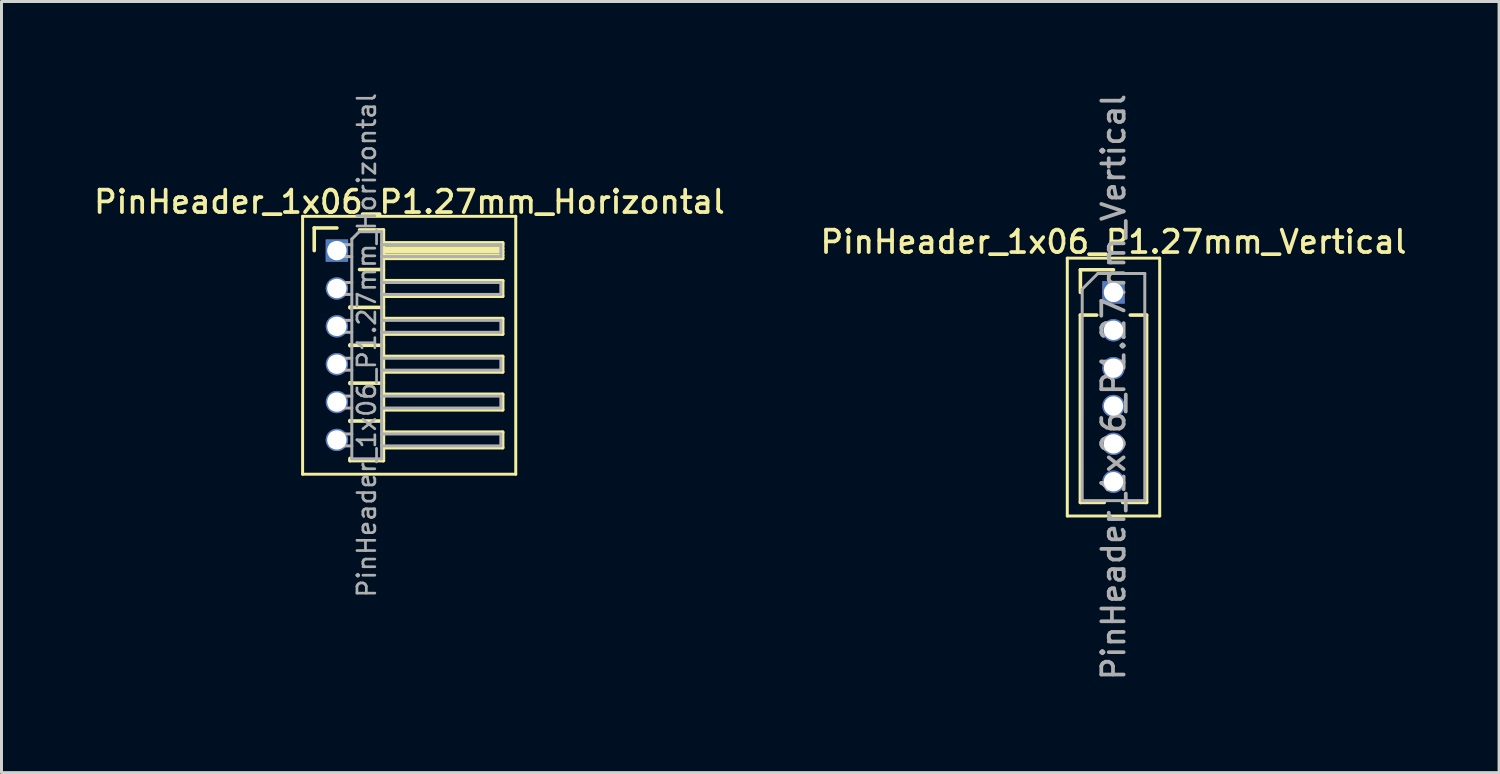
<source format=kicad_pcb>
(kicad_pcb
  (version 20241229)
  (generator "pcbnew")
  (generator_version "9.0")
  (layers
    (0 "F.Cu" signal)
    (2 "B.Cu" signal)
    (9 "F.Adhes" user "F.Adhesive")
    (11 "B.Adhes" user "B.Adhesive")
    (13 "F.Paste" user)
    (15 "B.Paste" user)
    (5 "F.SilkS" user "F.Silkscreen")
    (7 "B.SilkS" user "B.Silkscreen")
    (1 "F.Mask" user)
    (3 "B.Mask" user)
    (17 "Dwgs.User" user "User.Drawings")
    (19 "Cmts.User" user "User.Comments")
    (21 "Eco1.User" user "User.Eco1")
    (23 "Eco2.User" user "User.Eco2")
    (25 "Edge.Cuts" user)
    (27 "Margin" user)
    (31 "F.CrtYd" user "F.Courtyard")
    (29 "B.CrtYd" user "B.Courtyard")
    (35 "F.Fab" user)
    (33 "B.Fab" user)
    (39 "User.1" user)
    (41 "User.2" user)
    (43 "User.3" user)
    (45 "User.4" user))
  (footprint "PinHeader_1x06_P1.27mm_Vertical"
    (layer "F.Cu")
    (at 34.302 6.759)
    (property "Reference" "PinHeader_1x06_P1.27mm_Vertical" (at 0 -1.695 0) (layer "F.SilkS") (effects (font (size 0.75 0.75) (thickness 0.125))))
    (attr through_hole)
    (fp_line (start -1.55 -1.15) (end -1.55 7.5) (stroke (width 0.1) (type solid)) (layer "F.SilkS"))
    (fp_line (start -1.55 7.5) (end 1.55 7.5) (stroke (width 0.1) (type solid)) (layer "F.SilkS"))
    (fp_line (start -1.11 -0.76) (end 0 -0.76) (stroke (width 0.12) (type solid)) (layer "F.SilkS"))
    (fp_line (start -1.11 0) (end -1.11 -0.76) (stroke (width 0.12) (type solid)) (layer "F.SilkS"))
    (fp_line (start -1.11 0.76) (end -1.11 7.045) (stroke (width 0.12) (type solid)) (layer "F.SilkS"))
    (fp_line (start -1.11 0.76) (end -0.563 0.76) (stroke (width 0.12) (type solid)) (layer "F.SilkS"))
    (fp_line (start -1.11 7.045) (end -0.308 7.045) (stroke (width 0.12) (type solid)) (layer "F.SilkS"))
    (fp_line (start 0.308 7.045) (end 1.11 7.045) (stroke (width 0.12) (type solid)) (layer "F.SilkS"))
    (fp_line (start 0.563 0.76) (end 1.11 0.76) (stroke (width 0.12) (type solid)) (layer "F.SilkS"))
    (fp_line (start 1.11 0.76) (end 1.11 7.045) (stroke (width 0.12) (type solid)) (layer "F.SilkS"))
    (fp_line (start 1.55 -1.15) (end -1.55 -1.15) (stroke (width 0.1) (type solid)) (layer "F.SilkS"))
    (fp_line (start 1.55 7.5) (end 1.55 -1.15) (stroke (width 0.1) (type solid)) (layer "F.SilkS"))
    (fp_line (start -1.05 -0.11) (end -0.525 -0.635) (stroke (width 0.1) (type solid)) (layer "F.Fab"))
    (fp_line (start -1.05 6.985) (end -1.05 -0.11) (stroke (width 0.1) (type solid)) (layer "F.Fab"))
    (fp_line (start -0.525 -0.635) (end 1.05 -0.635) (stroke (width 0.1) (type solid)) (layer "F.Fab"))
    (fp_line (start 1.05 -0.635) (end 1.05 6.985) (stroke (width 0.1) (type solid)) (layer "F.Fab"))
    (fp_line (start 1.05 6.985) (end -1.05 6.985) (stroke (width 0.1) (type solid)) (layer "F.Fab"))
    (fp_text user "${REFERENCE}" (at 0 3.175 90) (layer "F.Fab") (effects (font (size 0.75 0.75) (thickness 0.125))))
    (pad "1" thru_hole rect (at 0 0) (size 0.75 0.75) (drill 0.65) (layers "*.Cu" "*.Mask"))
    (pad "2" thru_hole oval (at 0 1.27) (size 0.75 0.75) (drill 0.65) (layers "*.Cu" "*.Mask"))
    (pad "3" thru_hole oval (at 0 2.54) (size 0.75 0.75) (drill 0.65) (layers "*.Cu" "*.Mask"))
    (pad "4" thru_hole oval (at 0 3.81) (size 0.75 0.75) (drill 0.65) (layers "*.Cu" "*.Mask"))
    (pad "5" thru_hole oval (at 0 5.08) (size 0.75 0.75) (drill 0.65) (layers "*.Cu" "*.Mask"))
    (pad "6" thru_hole oval (at 0 6.35) (size 0.75 0.75) (drill 0.65) (layers "*.Cu" "*.Mask")))
  (footprint "PinHeader_1x06_P1.27mm_Horizontal"
    (layer "F.Cu")
    (at 8.251 5.357)
    (property "Reference" "PinHeader_1x06_P1.27mm_Horizontal" (at 2.433 -1.635 0) (layer "F.SilkS") (effects (font (size 0.75 0.75) (thickness 0.125))))
    (attr through_hole)
    (fp_line (start -1.15 -1.15) (end -1.15 7.5) (stroke (width 0.1) (type solid)) (layer "F.SilkS"))
    (fp_line (start -1.15 7.5) (end 6 7.5) (stroke (width 0.1) (type solid)) (layer "F.SilkS"))
    (fp_line (start -0.76 -0.76) (end 0 -0.76) (stroke (width 0.12) (type solid)) (layer "F.SilkS"))
    (fp_line (start -0.76 0) (end -0.76 -0.76) (stroke (width 0.12) (type solid)) (layer "F.SilkS"))
    (fp_line (start 0.44 1.89) (end 0.44 1.92) (stroke (width 0.12) (type solid)) (layer "F.SilkS"))
    (fp_line (start 0.44 1.905) (end 1.56 1.905) (stroke (width 0.12) (type solid)) (layer "F.SilkS"))
    (fp_line (start 0.44 3.16) (end 0.44 3.19) (stroke (width 0.12) (type solid)) (layer "F.SilkS"))
    (fp_line (start 0.44 3.175) (end 1.56 3.175) (stroke (width 0.12) (type solid)) (layer "F.SilkS"))
    (fp_line (start 0.44 4.43) (end 0.44 4.46) (stroke (width 0.12) (type solid)) (layer "F.SilkS"))
    (fp_line (start 0.44 4.445) (end 1.56 4.445) (stroke (width 0.12) (type solid)) (layer "F.SilkS"))
    (fp_line (start 0.44 5.7) (end 0.44 5.73) (stroke (width 0.12) (type solid)) (layer "F.SilkS"))
    (fp_line (start 0.44 5.715) (end 1.56 5.715) (stroke (width 0.12) (type solid)) (layer "F.SilkS"))
    (fp_line (start 0.44 7.045) (end 0.44 6.97) (stroke (width 0.12) (type solid)) (layer "F.SilkS"))
    (fp_line (start 0.76 -0.695) (end 1.56 -0.695) (stroke (width 0.12) (type solid)) (layer "F.SilkS"))
    (fp_line (start 0.76 0.635) (end 1.56 0.635) (stroke (width 0.12) (type solid)) (layer "F.SilkS"))
    (fp_line (start 1.56 -0.695) (end 1.56 7.045) (stroke (width 0.12) (type solid)) (layer "F.SilkS"))
    (fp_line (start 1.56 -0.26) (end 5.56 -0.26) (stroke (width 0.12) (type solid)) (layer "F.SilkS"))
    (fp_line (start 1.56 -0.2) (end 5.56 -0.2) (stroke (width 0.12) (type solid)) (layer "F.SilkS"))
    (fp_line (start 1.56 -0.08) (end 5.56 -0.08) (stroke (width 0.12) (type solid)) (layer "F.SilkS"))
    (fp_line (start 1.56 0.04) (end 5.56 0.04) (stroke (width 0.12) (type solid)) (layer "F.SilkS"))
    (fp_line (start 1.56 0.16) (end 5.56 0.16) (stroke (width 0.12) (type solid)) (layer "F.SilkS"))
    (fp_line (start 1.56 1.01) (end 5.56 1.01) (stroke (width 0.12) (type solid)) (layer "F.SilkS"))
    (fp_line (start 1.56 2.28) (end 5.56 2.28) (stroke (width 0.12) (type solid)) (layer "F.SilkS"))
    (fp_line (start 1.56 3.55) (end 5.56 3.55) (stroke (width 0.12) (type solid)) (layer "F.SilkS"))
    (fp_line (start 1.56 4.82) (end 5.56 4.82) (stroke (width 0.12) (type solid)) (layer "F.SilkS"))
    (fp_line (start 1.56 6.09) (end 5.56 6.09) (stroke (width 0.12) (type solid)) (layer "F.SilkS"))
    (fp_line (start 1.56 7.045) (end 0.44 7.045) (stroke (width 0.12) (type solid)) (layer "F.SilkS"))
    (fp_line (start 5.56 -0.26) (end 5.56 0.26) (stroke (width 0.12) (type solid)) (layer "F.SilkS"))
    (fp_line (start 5.56 0.26) (end 1.56 0.26) (stroke (width 0.12) (type solid)) (layer "F.SilkS"))
    (fp_line (start 5.56 1.01) (end 5.56 1.53) (stroke (width 0.12) (type solid)) (layer "F.SilkS"))
    (fp_line (start 5.56 1.53) (end 1.56 1.53) (stroke (width 0.12) (type solid)) (layer "F.SilkS"))
    (fp_line (start 5.56 2.28) (end 5.56 2.8) (stroke (width 0.12) (type solid)) (layer "F.SilkS"))
    (fp_line (start 5.56 2.8) (end 1.56 2.8) (stroke (width 0.12) (type solid)) (layer "F.SilkS"))
    (fp_line (start 5.56 3.55) (end 5.56 4.07) (stroke (width 0.12) (type solid)) (layer "F.SilkS"))
    (fp_line (start 5.56 4.07) (end 1.56 4.07) (stroke (width 0.12) (type solid)) (layer "F.SilkS"))
    (fp_line (start 5.56 4.82) (end 5.56 5.34) (stroke (width 0.12) (type solid)) (layer "F.SilkS"))
    (fp_line (start 5.56 5.34) (end 1.56 5.34) (stroke (width 0.12) (type solid)) (layer "F.SilkS"))
    (fp_line (start 5.56 6.09) (end 5.56 6.61) (stroke (width 0.12) (type solid)) (layer "F.SilkS"))
    (fp_line (start 5.56 6.61) (end 1.56 6.61) (stroke (width 0.12) (type solid)) (layer "F.SilkS"))
    (fp_line (start 6 -1.15) (end -1.15 -1.15) (stroke (width 0.1) (type solid)) (layer "F.SilkS"))
    (fp_line (start 6 7.5) (end 6 -1.15) (stroke (width 0.1) (type solid)) (layer "F.SilkS"))
    (fp_line (start -0.2 -0.2) (end -0.2 0.2) (stroke (width 0.1) (type solid)) (layer "F.Fab"))
    (fp_line (start -0.2 -0.2) (end 0.5 -0.2) (stroke (width 0.1) (type solid)) (layer "F.Fab"))
    (fp_line (start -0.2 0.2) (end 0.5 0.2) (stroke (width 0.1) (type solid)) (layer "F.Fab"))
    (fp_line (start -0.2 1.07) (end -0.2 1.47) (stroke (width 0.1) (type solid)) (layer "F.Fab"))
    (fp_line (start -0.2 1.07) (end 0.5 1.07) (stroke (width 0.1) (type solid)) (layer "F.Fab"))
    (fp_line (start -0.2 1.47) (end 0.5 1.47) (stroke (width 0.1) (type solid)) (layer "F.Fab"))
    (fp_line (start -0.2 2.34) (end -0.2 2.74) (stroke (width 0.1) (type solid)) (layer "F.Fab"))
    (fp_line (start -0.2 2.34) (end 0.5 2.34) (stroke (width 0.1) (type solid)) (layer "F.Fab"))
    (fp_line (start -0.2 2.74) (end 0.5 2.74) (stroke (width 0.1) (type solid)) (layer "F.Fab"))
    (fp_line (start -0.2 3.61) (end -0.2 4.01) (stroke (width 0.1) (type solid)) (layer "F.Fab"))
    (fp_line (start -0.2 3.61) (end 0.5 3.61) (stroke (width 0.1) (type solid)) (layer "F.Fab"))
    (fp_line (start -0.2 4.01) (end 0.5 4.01) (stroke (width 0.1) (type solid)) (layer "F.Fab"))
    (fp_line (start -0.2 4.88) (end -0.2 5.28) (stroke (width 0.1) (type solid)) (layer "F.Fab"))
    (fp_line (start -0.2 4.88) (end 0.5 4.88) (stroke (width 0.1) (type solid)) (layer "F.Fab"))
    (fp_line (start -0.2 5.28) (end 0.5 5.28) (stroke (width 0.1) (type solid)) (layer "F.Fab"))
    (fp_line (start -0.2 6.15) (end -0.2 6.55) (stroke (width 0.1) (type solid)) (layer "F.Fab"))
    (fp_line (start -0.2 6.15) (end 0.5 6.15) (stroke (width 0.1) (type solid)) (layer "F.Fab"))
    (fp_line (start -0.2 6.55) (end 0.5 6.55) (stroke (width 0.1) (type solid)) (layer "F.Fab"))
    (fp_line (start 0.5 -0.385) (end 0.75 -0.635) (stroke (width 0.1) (type solid)) (layer "F.Fab"))
    (fp_line (start 0.5 6.985) (end 0.5 -0.385) (stroke (width 0.1) (type solid)) (layer "F.Fab"))
    (fp_line (start 0.75 -0.635) (end 1.5 -0.635) (stroke (width 0.1) (type solid)) (layer "F.Fab"))
    (fp_line (start 1.5 -0.635) (end 1.5 6.985) (stroke (width 0.1) (type solid)) (layer "F.Fab"))
    (fp_line (start 1.5 -0.2) (end 5.5 -0.2) (stroke (width 0.1) (type solid)) (layer "F.Fab"))
    (fp_line (start 1.5 0.2) (end 5.5 0.2) (stroke (width 0.1) (type solid)) (layer "F.Fab"))
    (fp_line (start 1.5 1.07) (end 5.5 1.07) (stroke (width 0.1) (type solid)) (layer "F.Fab"))
    (fp_line (start 1.5 1.47) (end 5.5 1.47) (stroke (width 0.1) (type solid)) (layer "F.Fab"))
    (fp_line (start 1.5 2.34) (end 5.5 2.34) (stroke (width 0.1) (type solid)) (layer "F.Fab"))
    (fp_line (start 1.5 2.74) (end 5.5 2.74) (stroke (width 0.1) (type solid)) (layer "F.Fab"))
    (fp_line (start 1.5 3.61) (end 5.5 3.61) (stroke (width 0.1) (type solid)) (layer "F.Fab"))
    (fp_line (start 1.5 4.01) (end 5.5 4.01) (stroke (width 0.1) (type solid)) (layer "F.Fab"))
    (fp_line (start 1.5 4.88) (end 5.5 4.88) (stroke (width 0.1) (type solid)) (layer "F.Fab"))
    (fp_line (start 1.5 5.28) (end 5.5 5.28) (stroke (width 0.1) (type solid)) (layer "F.Fab"))
    (fp_line (start 1.5 6.15) (end 5.5 6.15) (stroke (width 0.1) (type solid)) (layer "F.Fab"))
    (fp_line (start 1.5 6.55) (end 5.5 6.55) (stroke (width 0.1) (type solid)) (layer "F.Fab"))
    (fp_line (start 1.5 6.985) (end 0.5 6.985) (stroke (width 0.1) (type solid)) (layer "F.Fab"))
    (fp_line (start 5.5 -0.2) (end 5.5 0.2) (stroke (width 0.1) (type solid)) (layer "F.Fab"))
    (fp_line (start 5.5 1.07) (end 5.5 1.47) (stroke (width 0.1) (type solid)) (layer "F.Fab"))
    (fp_line (start 5.5 2.34) (end 5.5 2.74) (stroke (width 0.1) (type solid)) (layer "F.Fab"))
    (fp_line (start 5.5 3.61) (end 5.5 4.01) (stroke (width 0.1) (type solid)) (layer "F.Fab"))
    (fp_line (start 5.5 4.88) (end 5.5 5.28) (stroke (width 0.1) (type solid)) (layer "F.Fab"))
    (fp_line (start 5.5 6.15) (end 5.5 6.55) (stroke (width 0.1) (type solid)) (layer "F.Fab"))
    (fp_text user "${REFERENCE}" (at 1 3.175 90) (layer "F.Fab") (effects (font (size 0.6 0.6) (thickness 0.09))))
    (pad "1" thru_hole rect (at 0 0) (size 0.75 0.75) (drill 0.65) (layers "*.Cu" "*.Mask"))
    (pad "2" thru_hole oval (at 0 1.27) (size 0.75 0.75) (drill 0.65) (layers "*.Cu" "*.Mask"))
    (pad "3" thru_hole oval (at 0 2.54) (size 0.75 0.75) (drill 0.65) (layers "*.Cu" "*.Mask"))
    (pad "4" thru_hole oval (at 0 3.81) (size 0.75 0.75) (drill 0.65) (layers "*.Cu" "*.Mask"))
    (pad "5" thru_hole oval (at 0 5.08) (size 0.75 0.75) (drill 0.65) (layers "*.Cu" "*.Mask"))
    (pad "6" thru_hole oval (at 0 6.35) (size 0.75 0.75) (drill 0.65) (layers "*.Cu" "*.Mask")))
  (gr_rect
    (start -3 -3)
    (end 47.236 22.868)
    (stroke (width 0.1) (type default))
    (fill no)
    (layer "Edge.Cuts")))
</source>
